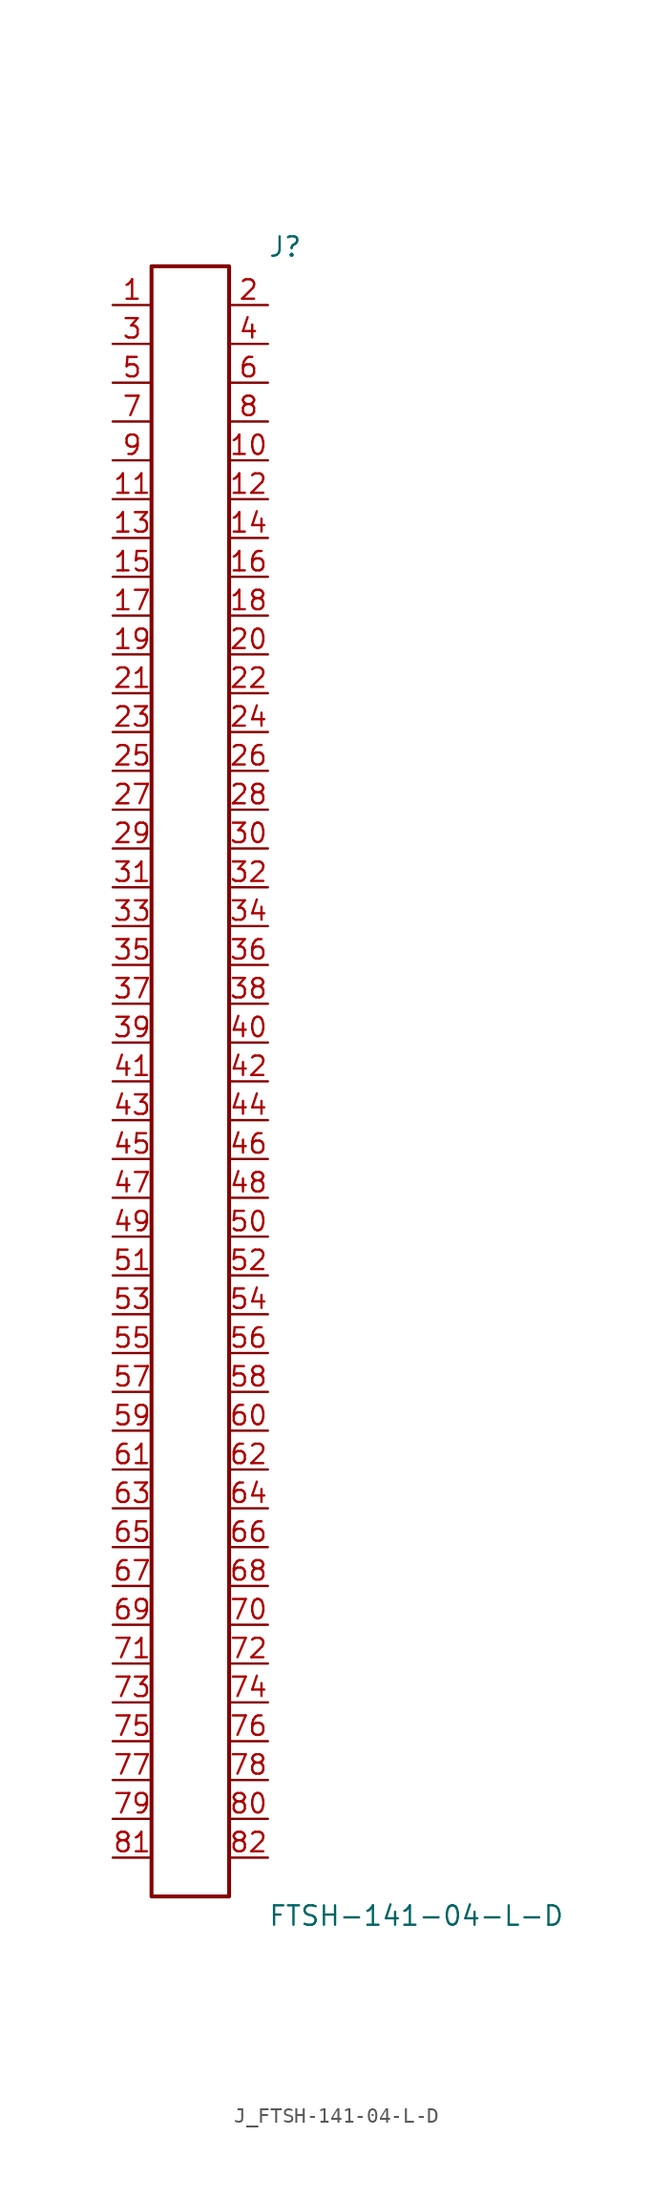
<source format=kicad_sym>
(kicad_symbol_lib
  (version 20231120)
  (generator kicad_symbol_editor)
  (generator_version 8.0)
  (symbol "J_FTSH-141-04-L-D"
    (pin_names
      (offset 0.254))
    (property "Reference" "J"
      (at 5.08 54.61 0)
      (effects (font (size 1.27 1.27)) (justify left)))
    (property "Value" "FTSH-141-04-L-D"
      (at 5.08 -54.61 0)
      (effects (font (size 1.27 1.27)) (justify left)))
    (symbol "J_FTSH-141-04-L-D_0_0"
      (pin passive line (at -5.08 50.8 0) (length 2.54) (name "" (effects (font (size 1.27 1.27)))) (number "1" (effects (font (size 1.27 1.27)))))
      (pin passive line (at 5.08 50.8 180) (length 2.54) (name "" (effects (font (size 1.27 1.27)))) (number "2" (effects (font (size 1.27 1.27)))))
      (pin passive line (at -5.08 48.26 0) (length 2.54) (name "" (effects (font (size 1.27 1.27)))) (number "3" (effects (font (size 1.27 1.27)))))
      (pin passive line (at 5.08 48.26 180) (length 2.54) (name "" (effects (font (size 1.27 1.27)))) (number "4" (effects (font (size 1.27 1.27)))))
      (pin passive line (at -5.08 45.72 0) (length 2.54) (name "" (effects (font (size 1.27 1.27)))) (number "5" (effects (font (size 1.27 1.27)))))
      (pin passive line (at 5.08 45.72 180) (length 2.54) (name "" (effects (font (size 1.27 1.27)))) (number "6" (effects (font (size 1.27 1.27)))))
      (pin passive line (at -5.08 43.18 0) (length 2.54) (name "" (effects (font (size 1.27 1.27)))) (number "7" (effects (font (size 1.27 1.27)))))
      (pin passive line (at 5.08 43.18 180) (length 2.54) (name "" (effects (font (size 1.27 1.27)))) (number "8" (effects (font (size 1.27 1.27)))))
      (pin passive line (at -5.08 40.64 0) (length 2.54) (name "" (effects (font (size 1.27 1.27)))) (number "9" (effects (font (size 1.27 1.27)))))
      (pin passive line (at 5.08 40.64 180) (length 2.54) (name "" (effects (font (size 1.27 1.27)))) (number "10" (effects (font (size 1.27 1.27)))))
      (pin passive line (at -5.08 38.1 0) (length 2.54) (name "" (effects (font (size 1.27 1.27)))) (number "11" (effects (font (size 1.27 1.27)))))
      (pin passive line (at 5.08 38.1 180) (length 2.54) (name "" (effects (font (size 1.27 1.27)))) (number "12" (effects (font (size 1.27 1.27)))))
      (pin passive line (at -5.08 35.56 0) (length 2.54) (name "" (effects (font (size 1.27 1.27)))) (number "13" (effects (font (size 1.27 1.27)))))
      (pin passive line (at 5.08 35.56 180) (length 2.54) (name "" (effects (font (size 1.27 1.27)))) (number "14" (effects (font (size 1.27 1.27)))))
      (pin passive line (at -5.08 33.02 0) (length 2.54) (name "" (effects (font (size 1.27 1.27)))) (number "15" (effects (font (size 1.27 1.27)))))
      (pin passive line (at 5.08 33.02 180) (length 2.54) (name "" (effects (font (size 1.27 1.27)))) (number "16" (effects (font (size 1.27 1.27)))))
      (pin passive line (at -5.08 30.48 0) (length 2.54) (name "" (effects (font (size 1.27 1.27)))) (number "17" (effects (font (size 1.27 1.27)))))
      (pin passive line (at 5.08 30.48 180) (length 2.54) (name "" (effects (font (size 1.27 1.27)))) (number "18" (effects (font (size 1.27 1.27)))))
      (pin passive line (at -5.08 27.94 0) (length 2.54) (name "" (effects (font (size 1.27 1.27)))) (number "19" (effects (font (size 1.27 1.27)))))
      (pin passive line (at 5.08 27.94 180) (length 2.54) (name "" (effects (font (size 1.27 1.27)))) (number "20" (effects (font (size 1.27 1.27)))))
      (pin passive line (at -5.08 25.4 0) (length 2.54) (name "" (effects (font (size 1.27 1.27)))) (number "21" (effects (font (size 1.27 1.27)))))
      (pin passive line (at 5.08 25.4 180) (length 2.54) (name "" (effects (font (size 1.27 1.27)))) (number "22" (effects (font (size 1.27 1.27)))))
      (pin passive line (at -5.08 22.86 0) (length 2.54) (name "" (effects (font (size 1.27 1.27)))) (number "23" (effects (font (size 1.27 1.27)))))
      (pin passive line (at 5.08 22.86 180) (length 2.54) (name "" (effects (font (size 1.27 1.27)))) (number "24" (effects (font (size 1.27 1.27)))))
      (pin passive line (at -5.08 20.32 0) (length 2.54) (name "" (effects (font (size 1.27 1.27)))) (number "25" (effects (font (size 1.27 1.27)))))
      (pin passive line (at 5.08 20.32 180) (length 2.54) (name "" (effects (font (size 1.27 1.27)))) (number "26" (effects (font (size 1.27 1.27)))))
      (pin passive line (at -5.08 17.78 0) (length 2.54) (name "" (effects (font (size 1.27 1.27)))) (number "27" (effects (font (size 1.27 1.27)))))
      (pin passive line (at 5.08 17.78 180) (length 2.54) (name "" (effects (font (size 1.27 1.27)))) (number "28" (effects (font (size 1.27 1.27)))))
      (pin passive line (at -5.08 15.24 0) (length 2.54) (name "" (effects (font (size 1.27 1.27)))) (number "29" (effects (font (size 1.27 1.27)))))
      (pin passive line (at 5.08 15.24 180) (length 2.54) (name "" (effects (font (size 1.27 1.27)))) (number "30" (effects (font (size 1.27 1.27)))))
      (pin passive line (at -5.08 12.7 0) (length 2.54) (name "" (effects (font (size 1.27 1.27)))) (number "31" (effects (font (size 1.27 1.27)))))
      (pin passive line (at 5.08 12.7 180) (length 2.54) (name "" (effects (font (size 1.27 1.27)))) (number "32" (effects (font (size 1.27 1.27)))))
      (pin passive line (at -5.08 10.16 0) (length 2.54) (name "" (effects (font (size 1.27 1.27)))) (number "33" (effects (font (size 1.27 1.27)))))
      (pin passive line (at 5.08 10.16 180) (length 2.54) (name "" (effects (font (size 1.27 1.27)))) (number "34" (effects (font (size 1.27 1.27)))))
      (pin passive line (at -5.08 7.62 0) (length 2.54) (name "" (effects (font (size 1.27 1.27)))) (number "35" (effects (font (size 1.27 1.27)))))
      (pin passive line (at 5.08 7.62 180) (length 2.54) (name "" (effects (font (size 1.27 1.27)))) (number "36" (effects (font (size 1.27 1.27)))))
      (pin passive line (at -5.08 5.08 0) (length 2.54) (name "" (effects (font (size 1.27 1.27)))) (number "37" (effects (font (size 1.27 1.27)))))
      (pin passive line (at 5.08 5.08 180) (length 2.54) (name "" (effects (font (size 1.27 1.27)))) (number "38" (effects (font (size 1.27 1.27)))))
      (pin passive line (at -5.08 2.54 0) (length 2.54) (name "" (effects (font (size 1.27 1.27)))) (number "39" (effects (font (size 1.27 1.27)))))
      (pin passive line (at 5.08 2.54 180) (length 2.54) (name "" (effects (font (size 1.27 1.27)))) (number "40" (effects (font (size 1.27 1.27)))))
      (pin passive line (at -5.08 0.0 0) (length 2.54) (name "" (effects (font (size 1.27 1.27)))) (number "41" (effects (font (size 1.27 1.27)))))
      (pin passive line (at 5.08 0.0 180) (length 2.54) (name "" (effects (font (size 1.27 1.27)))) (number "42" (effects (font (size 1.27 1.27)))))
      (pin passive line (at -5.08 -2.54 0) (length 2.54) (name "" (effects (font (size 1.27 1.27)))) (number "43" (effects (font (size 1.27 1.27)))))
      (pin passive line (at 5.08 -2.54 180) (length 2.54) (name "" (effects (font (size 1.27 1.27)))) (number "44" (effects (font (size 1.27 1.27)))))
      (pin passive line (at -5.08 -5.08 0) (length 2.54) (name "" (effects (font (size 1.27 1.27)))) (number "45" (effects (font (size 1.27 1.27)))))
      (pin passive line (at 5.08 -5.08 180) (length 2.54) (name "" (effects (font (size 1.27 1.27)))) (number "46" (effects (font (size 1.27 1.27)))))
      (pin passive line (at -5.08 -7.62 0) (length 2.54) (name "" (effects (font (size 1.27 1.27)))) (number "47" (effects (font (size 1.27 1.27)))))
      (pin passive line (at 5.08 -7.62 180) (length 2.54) (name "" (effects (font (size 1.27 1.27)))) (number "48" (effects (font (size 1.27 1.27)))))
      (pin passive line (at -5.08 -10.16 0) (length 2.54) (name "" (effects (font (size 1.27 1.27)))) (number "49" (effects (font (size 1.27 1.27)))))
      (pin passive line (at 5.08 -10.16 180) (length 2.54) (name "" (effects (font (size 1.27 1.27)))) (number "50" (effects (font (size 1.27 1.27)))))
      (pin passive line (at -5.08 -12.7 0) (length 2.54) (name "" (effects (font (size 1.27 1.27)))) (number "51" (effects (font (size 1.27 1.27)))))
      (pin passive line (at 5.08 -12.7 180) (length 2.54) (name "" (effects (font (size 1.27 1.27)))) (number "52" (effects (font (size 1.27 1.27)))))
      (pin passive line (at -5.08 -15.24 0) (length 2.54) (name "" (effects (font (size 1.27 1.27)))) (number "53" (effects (font (size 1.27 1.27)))))
      (pin passive line (at 5.08 -15.24 180) (length 2.54) (name "" (effects (font (size 1.27 1.27)))) (number "54" (effects (font (size 1.27 1.27)))))
      (pin passive line (at -5.08 -17.78 0) (length 2.54) (name "" (effects (font (size 1.27 1.27)))) (number "55" (effects (font (size 1.27 1.27)))))
      (pin passive line (at 5.08 -17.78 180) (length 2.54) (name "" (effects (font (size 1.27 1.27)))) (number "56" (effects (font (size 1.27 1.27)))))
      (pin passive line (at -5.08 -20.32 0) (length 2.54) (name "" (effects (font (size 1.27 1.27)))) (number "57" (effects (font (size 1.27 1.27)))))
      (pin passive line (at 5.08 -20.32 180) (length 2.54) (name "" (effects (font (size 1.27 1.27)))) (number "58" (effects (font (size 1.27 1.27)))))
      (pin passive line (at -5.08 -22.86 0) (length 2.54) (name "" (effects (font (size 1.27 1.27)))) (number "59" (effects (font (size 1.27 1.27)))))
      (pin passive line (at 5.08 -22.86 180) (length 2.54) (name "" (effects (font (size 1.27 1.27)))) (number "60" (effects (font (size 1.27 1.27)))))
      (pin passive line (at -5.08 -25.4 0) (length 2.54) (name "" (effects (font (size 1.27 1.27)))) (number "61" (effects (font (size 1.27 1.27)))))
      (pin passive line (at 5.08 -25.4 180) (length 2.54) (name "" (effects (font (size 1.27 1.27)))) (number "62" (effects (font (size 1.27 1.27)))))
      (pin passive line (at -5.08 -27.94 0) (length 2.54) (name "" (effects (font (size 1.27 1.27)))) (number "63" (effects (font (size 1.27 1.27)))))
      (pin passive line (at 5.08 -27.94 180) (length 2.54) (name "" (effects (font (size 1.27 1.27)))) (number "64" (effects (font (size 1.27 1.27)))))
      (pin passive line (at -5.08 -30.48 0) (length 2.54) (name "" (effects (font (size 1.27 1.27)))) (number "65" (effects (font (size 1.27 1.27)))))
      (pin passive line (at 5.08 -30.48 180) (length 2.54) (name "" (effects (font (size 1.27 1.27)))) (number "66" (effects (font (size 1.27 1.27)))))
      (pin passive line (at -5.08 -33.02 0) (length 2.54) (name "" (effects (font (size 1.27 1.27)))) (number "67" (effects (font (size 1.27 1.27)))))
      (pin passive line (at 5.08 -33.02 180) (length 2.54) (name "" (effects (font (size 1.27 1.27)))) (number "68" (effects (font (size 1.27 1.27)))))
      (pin passive line (at -5.08 -35.56 0) (length 2.54) (name "" (effects (font (size 1.27 1.27)))) (number "69" (effects (font (size 1.27 1.27)))))
      (pin passive line (at 5.08 -35.56 180) (length 2.54) (name "" (effects (font (size 1.27 1.27)))) (number "70" (effects (font (size 1.27 1.27)))))
      (pin passive line (at -5.08 -38.1 0) (length 2.54) (name "" (effects (font (size 1.27 1.27)))) (number "71" (effects (font (size 1.27 1.27)))))
      (pin passive line (at 5.08 -38.1 180) (length 2.54) (name "" (effects (font (size 1.27 1.27)))) (number "72" (effects (font (size 1.27 1.27)))))
      (pin passive line (at -5.08 -40.64 0) (length 2.54) (name "" (effects (font (size 1.27 1.27)))) (number "73" (effects (font (size 1.27 1.27)))))
      (pin passive line (at 5.08 -40.64 180) (length 2.54) (name "" (effects (font (size 1.27 1.27)))) (number "74" (effects (font (size 1.27 1.27)))))
      (pin passive line (at -5.08 -43.18 0) (length 2.54) (name "" (effects (font (size 1.27 1.27)))) (number "75" (effects (font (size 1.27 1.27)))))
      (pin passive line (at 5.08 -43.18 180) (length 2.54) (name "" (effects (font (size 1.27 1.27)))) (number "76" (effects (font (size 1.27 1.27)))))
      (pin passive line (at -5.08 -45.72 0) (length 2.54) (name "" (effects (font (size 1.27 1.27)))) (number "77" (effects (font (size 1.27 1.27)))))
      (pin passive line (at 5.08 -45.72 180) (length 2.54) (name "" (effects (font (size 1.27 1.27)))) (number "78" (effects (font (size 1.27 1.27)))))
      (pin passive line (at -5.08 -48.26 0) (length 2.54) (name "" (effects (font (size 1.27 1.27)))) (number "79" (effects (font (size 1.27 1.27)))))
      (pin passive line (at 5.08 -48.26 180) (length 2.54) (name "" (effects (font (size 1.27 1.27)))) (number "80" (effects (font (size 1.27 1.27)))))
      (pin passive line (at -5.08 -50.8 0) (length 2.54) (name "" (effects (font (size 1.27 1.27)))) (number "81" (effects (font (size 1.27 1.27)))))
      (pin passive line (at 5.08 -50.8 180) (length 2.54) (name "" (effects (font (size 1.27 1.27)))) (number "82" (effects (font (size 1.27 1.27))))))
    (symbol "J_FTSH-141-04-L-D_1_0"
      (rectangle (start -2.54 53.34) (end 2.54 -53.34) (stroke (width 0.254) (type solid)) (fill (type none))))))
</source>
